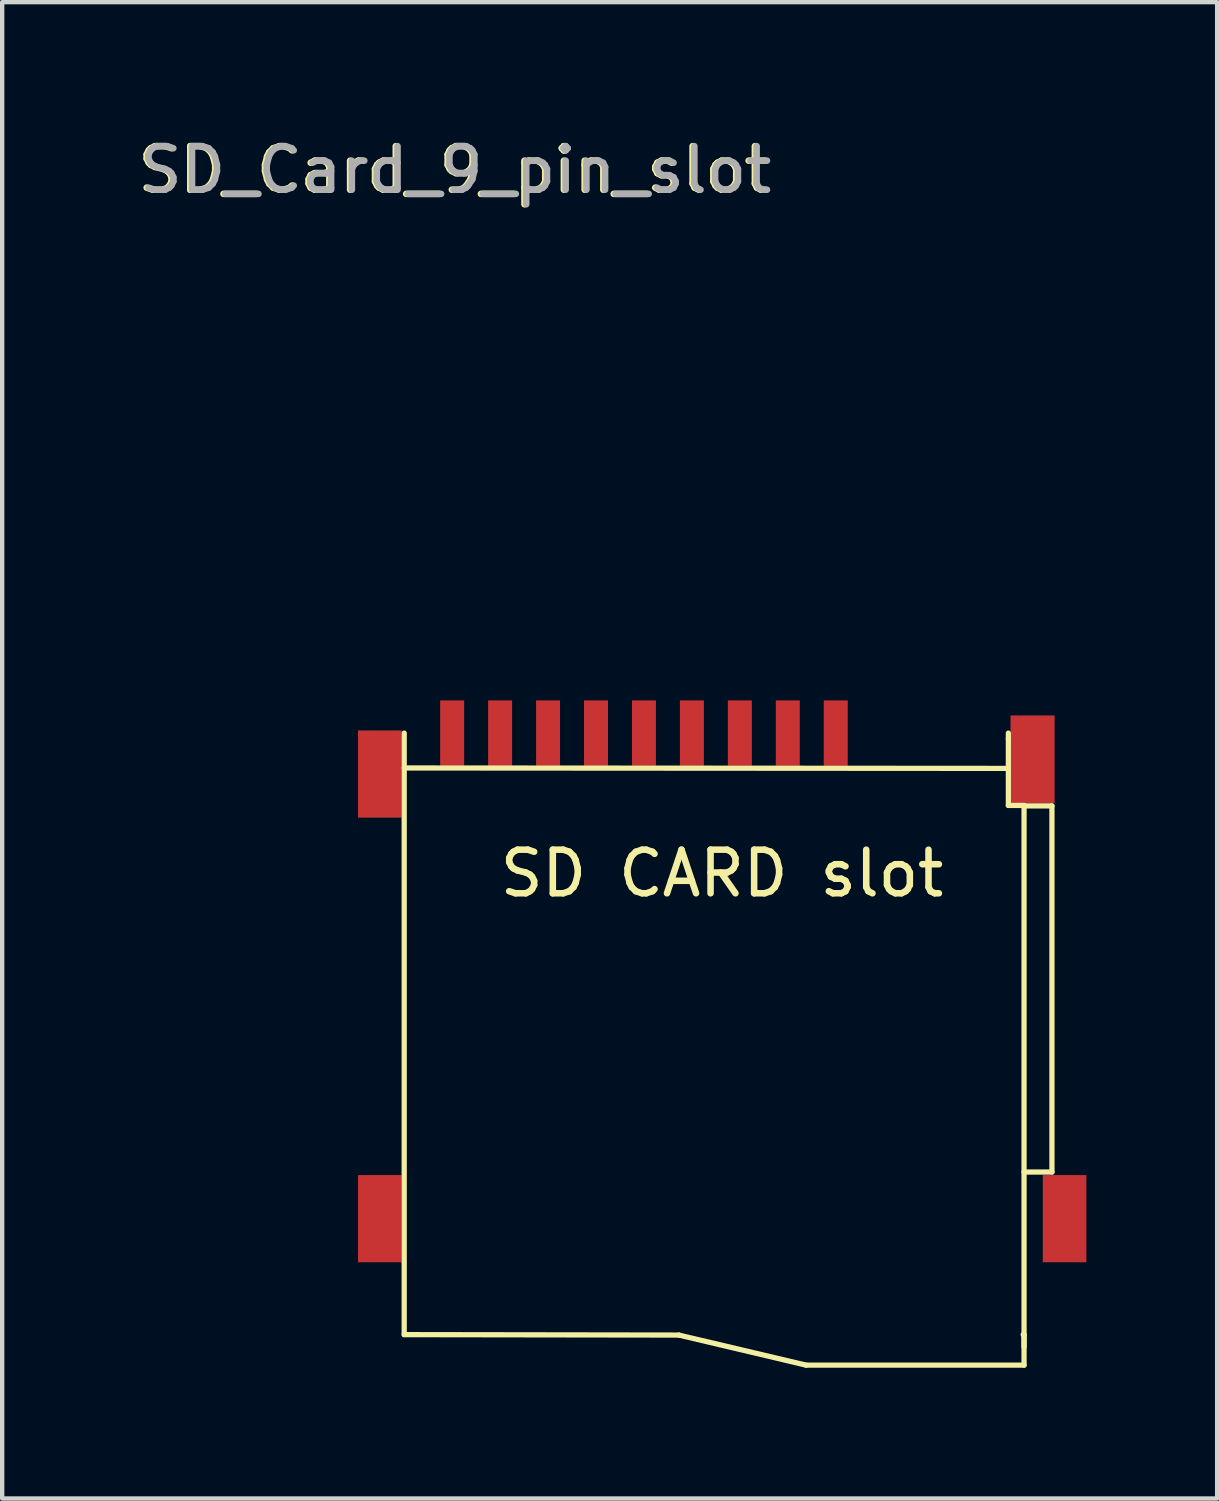
<source format=kicad_pcb>
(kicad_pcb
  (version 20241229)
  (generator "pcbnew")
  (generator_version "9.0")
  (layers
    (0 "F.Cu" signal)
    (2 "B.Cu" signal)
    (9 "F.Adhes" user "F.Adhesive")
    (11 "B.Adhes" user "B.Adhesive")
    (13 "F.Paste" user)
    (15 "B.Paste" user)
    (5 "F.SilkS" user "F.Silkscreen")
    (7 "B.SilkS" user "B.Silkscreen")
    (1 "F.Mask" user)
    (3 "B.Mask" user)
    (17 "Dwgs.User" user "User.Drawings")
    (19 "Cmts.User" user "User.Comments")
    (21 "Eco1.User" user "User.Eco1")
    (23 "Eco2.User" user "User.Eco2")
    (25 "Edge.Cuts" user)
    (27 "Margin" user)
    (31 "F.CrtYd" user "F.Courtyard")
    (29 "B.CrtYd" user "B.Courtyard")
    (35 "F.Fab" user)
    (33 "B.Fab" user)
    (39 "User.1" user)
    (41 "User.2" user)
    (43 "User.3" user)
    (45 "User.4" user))
  (footprint "SD_Card_9_pin_slot"
    (layer "F.Cu")
    (at 7.323 13.768)
    (property "Reference" "SD_Card_9_pin_slot" (at 0.04 -12.92 0) (unlocked yes) (layer "F.SilkS") (effects (font (size 1 1) (thickness 0.15))))
    (attr smd)
    (fp_line (start -1.1 0) (end -1.1 13.8) (stroke (width 0.12) (type solid)) (layer "F.SilkS"))
    (fp_line (start -1.1 0.8) (end 12.75 0.81) (stroke (width 0.12) (type solid)) (layer "F.SilkS"))
    (fp_line (start 5.2 13.81) (end -1.1 13.8) (stroke (width 0.12) (type solid)) (layer "F.SilkS"))
    (fp_line (start 8.12 14.5) (end 5.2 13.81) (stroke (width 0.12) (type solid)) (layer "F.SilkS"))
    (fp_line (start 12.76 0) (end 12.76 0.13) (stroke (width 0.12) (type solid)) (layer "F.SilkS"))
    (fp_line (start 12.76 0.13) (end 12.76 1.66) (stroke (width 0.12) (type solid)) (layer "F.SilkS"))
    (fp_line (start 12.76 1.66) (end 13.12 1.66) (stroke (width 0.12) (type solid)) (layer "F.SilkS"))
    (fp_line (start 13.1 13.8) (end 13.12 13.8) (stroke (width 0.12) (type solid)) (layer "F.SilkS"))
    (fp_line (start 13.12 1.67) (end 13.76 1.67) (stroke (width 0.12) (type solid)) (layer "F.SilkS"))
    (fp_line (start 13.12 13.8) (end 13.12 14.5) (stroke (width 0.12) (type solid)) (layer "F.SilkS"))
    (fp_line (start 13.12 14.08) (end 13.12 1.66) (stroke (width 0.12) (type solid)) (layer "F.SilkS"))
    (fp_line (start 13.12 14.5) (end 8.12 14.5) (stroke (width 0.12) (type solid)) (layer "F.SilkS"))
    (fp_line (start 13.76 1.67) (end 13.76 10.07) (stroke (width 0.12) (type solid)) (layer "F.SilkS"))
    (fp_line (start 13.76 10.07) (end 13.12 10.07) (stroke (width 0.12) (type solid)) (layer "F.SilkS"))
    (fp_text user "SD CARD slot" (at 6.19 3.22 0) (unlocked yes) (layer "F.SilkS") (effects (font (size 1 1) (thickness 0.15))))
    (fp_text user "${REFERENCE}" (at 0.08 -12.92 0) (unlocked yes) (layer "F.Fab") (effects (font (size 1 1) (thickness 0.15))))
    (pad "1" smd rect (at 8.8 0) (size 0.55 1.5) (layers "F.Cu" "F.Mask" "F.Paste"))
    (pad "2" smd rect (at 7.7 0) (size 0.55 1.5) (layers "F.Cu" "F.Mask" "F.Paste"))
    (pad "3" smd rect (at 6.6 0) (size 0.55 1.5) (layers "F.Cu" "F.Mask" "F.Paste"))
    (pad "4" smd rect (at 5.5 0) (size 0.55 1.5) (layers "F.Cu" "F.Mask" "F.Paste"))
    (pad "5" smd rect (at 4.4 0) (size 0.55 1.5) (layers "F.Cu" "F.Mask" "F.Paste"))
    (pad "6" smd rect (at 3.3 0) (size 0.55 1.5) (layers "F.Cu" "F.Mask" "F.Paste"))
    (pad "7" smd rect (at 2.2 0) (size 0.55 1.5) (layers "F.Cu" "F.Mask" "F.Paste"))
    (pad "8" smd rect (at 1.1 0) (size 0.55 1.5) (layers "F.Cu" "F.Mask" "F.Paste"))
    (pad "9" smd rect (at 0 0) (size 0.55 1.5) (layers "F.Cu" "F.Mask" "F.Paste"))
    (pad "10" smd rect (at -1.66 0.94) (size 1 2) (layers "F.Cu" "F.Mask" "F.Paste"))
    (pad "11" smd rect (at 13.31 0.6) (size 1 2) (layers "F.Cu" "F.Mask" "F.Paste"))
    (pad "12" smd rect (at -1.66 11.14) (size 1 2) (layers "F.Cu" "F.Mask" "F.Paste"))
    (pad "12" smd rect (at 13.32 0.6) (size 1 2) (layers "F.Cu" "F.Mask" "F.Paste"))
    (pad "13" smd rect (at 14.05 11.14) (size 1 2) (layers "F.Cu" "F.Mask" "F.Paste")))
  (gr_rect
    (start -3 -3)
    (end 24.873 31.328)
    (stroke (width 0.1) (type default))
    (fill no)
    (layer "Edge.Cuts")))
</source>
